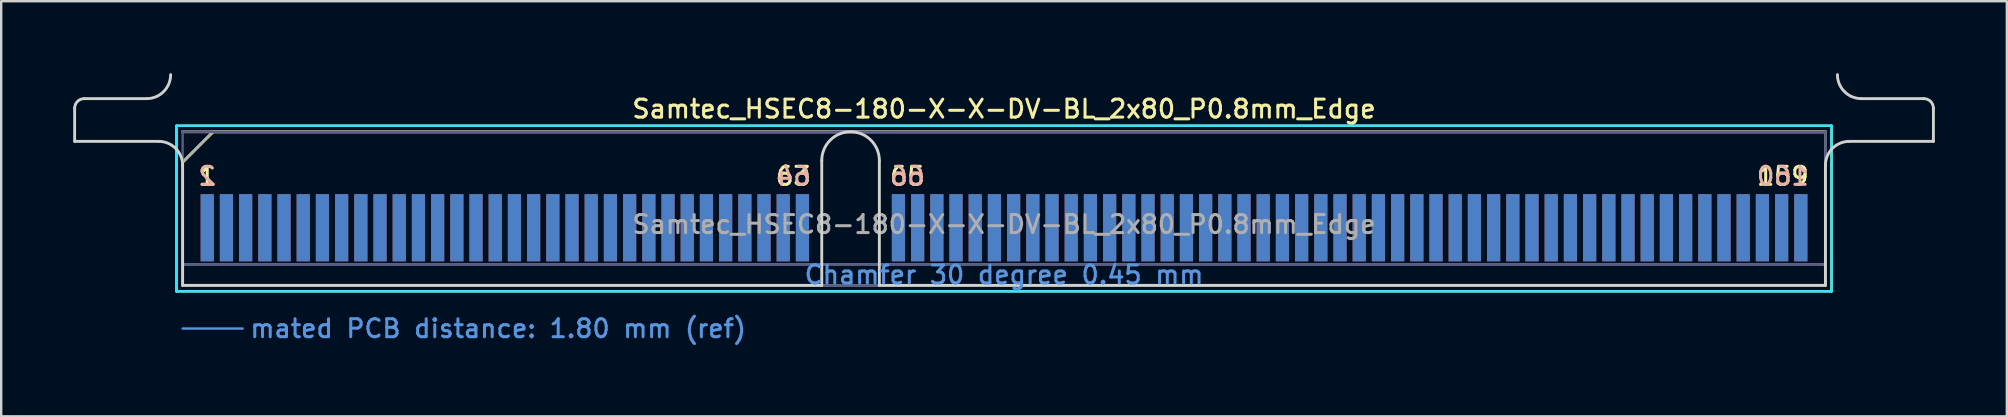
<source format=kicad_pcb>
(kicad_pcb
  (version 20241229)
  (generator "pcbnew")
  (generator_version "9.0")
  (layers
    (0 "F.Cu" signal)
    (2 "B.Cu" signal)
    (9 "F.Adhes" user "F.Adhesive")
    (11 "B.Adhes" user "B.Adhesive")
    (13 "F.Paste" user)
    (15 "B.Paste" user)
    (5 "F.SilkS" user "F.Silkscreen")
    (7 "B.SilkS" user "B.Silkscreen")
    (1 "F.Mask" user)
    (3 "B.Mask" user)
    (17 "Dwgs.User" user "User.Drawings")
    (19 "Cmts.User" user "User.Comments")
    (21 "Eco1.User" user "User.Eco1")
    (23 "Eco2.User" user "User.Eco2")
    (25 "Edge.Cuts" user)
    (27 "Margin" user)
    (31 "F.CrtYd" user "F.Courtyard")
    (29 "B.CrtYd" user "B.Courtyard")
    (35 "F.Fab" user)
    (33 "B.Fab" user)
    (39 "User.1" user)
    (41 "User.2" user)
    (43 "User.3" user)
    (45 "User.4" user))
  (footprint "Samtec_HSEC8-180-X-X-DV-BL_2x80_P0.8mm_Edge"
    (layer "F.Cu")
    (at 38.785 8.84)
    (property "Reference" "Samtec_HSEC8-180-X-X-DV-BL_2x80_P0.8mm_Edge" (at 0 -7.35 0) (layer "F.SilkS") (effects (font (size 0.75 0.75) (thickness 0.125))))
    (attr exclude_from_pos_files exclude_from_bom)
    (fp_line (start -34.48 -6.65) (end -34.48 0.25) (stroke (width 0.1) (type solid)) (layer "F.SilkS"))
    (fp_line (start -34.48 0.25) (end 34.48 0.25) (stroke (width 0.1) (type solid)) (layer "F.SilkS"))
    (fp_line (start -34.225 -5.13) (end -32.955 -6.4) (stroke (width 0.12) (type solid)) (layer "F.SilkS"))
    (fp_line (start -32.955 -6.4) (end 34.225 -6.4) (stroke (width 0.12) (type solid)) (layer "F.SilkS"))
    (fp_line (start 34.48 -6.65) (end -34.48 -6.65) (stroke (width 0.1) (type solid)) (layer "F.SilkS"))
    (fp_line (start 34.48 0.25) (end 34.48 -6.65) (stroke (width 0.1) (type solid)) (layer "F.SilkS"))
    (fp_line (start -34.225 -6.4) (end -34.225 -6.4) (stroke (width 0.12) (type solid)) (layer "B.SilkS"))
    (fp_line (start -34.225 -6.4) (end 34.225 -6.4) (stroke (width 0.12) (type solid)) (layer "B.SilkS"))
    (fp_line (start -34.225 1.8) (end -31.725 1.8) (stroke (width 0.1) (type solid)) (layer "Cmts.User"))
    (fp_line (start -38.725 -6) (end -38.725 -7.38) (stroke (width 0.12) (type solid)) (layer "Edge.Cuts"))
    (fp_line (start -38.325 -7.78) (end -35.725 -7.78) (stroke (width 0.12) (type solid)) (layer "Edge.Cuts"))
    (fp_line (start -35.225 -6) (end -38.725 -6) (stroke (width 0.12) (type solid)) (layer "Edge.Cuts"))
    (fp_line (start -34.225 -5) (end -34.225 0) (stroke (width 0.12) (type solid)) (layer "Edge.Cuts"))
    (fp_line (start -34.225 0) (end -7.595 0) (stroke (width 0.12) (type solid)) (layer "Edge.Cuts"))
    (fp_line (start -7.595 0) (end -7.595 -5.2) (stroke (width 0.12) (type solid)) (layer "Edge.Cuts"))
    (fp_line (start -5.195 -5.2) (end -5.195 0) (stroke (width 0.12) (type solid)) (layer "Edge.Cuts"))
    (fp_line (start -5.195 0) (end 34.225 0) (stroke (width 0.12) (type solid)) (layer "Edge.Cuts"))
    (fp_line (start 34.225 0) (end 34.225 -5) (stroke (width 0.12) (type solid)) (layer "Edge.Cuts"))
    (fp_line (start 35.225 -6) (end 38.725 -6) (stroke (width 0.12) (type solid)) (layer "Edge.Cuts"))
    (fp_line (start 38.325 -7.78) (end 35.725 -7.78) (stroke (width 0.12) (type solid)) (layer "Edge.Cuts"))
    (fp_line (start 38.725 -6) (end 38.725 -7.38) (stroke (width 0.12) (type solid)) (layer "Edge.Cuts"))
    (fp_arc (start -38.725 -7.38) (mid -38.607843 -7.662843) (end -38.325 -7.78) (stroke (width 0.12) (type solid)) (layer "Edge.Cuts"))
    (fp_arc (start -35.225 -6) (mid -34.517893 -5.707107) (end -34.225 -5) (stroke (width 0.12) (type solid)) (layer "Edge.Cuts"))
    (fp_arc (start -34.725 -8.78) (mid -35.017893 -8.072893) (end -35.725 -7.78) (stroke (width 0.12) (type solid)) (layer "Edge.Cuts"))
    (fp_arc (start -7.595 -5.2) (mid -6.395 -6.4) (end -5.195 -5.2) (stroke (width 0.12) (type solid)) (layer "Edge.Cuts"))
    (fp_arc (start 34.225 -5) (mid 34.517893 -5.707107) (end 35.225 -6) (stroke (width 0.12) (type solid)) (layer "Edge.Cuts"))
    (fp_arc (start 35.725 -7.78) (mid 35.017893 -8.072893) (end 34.725 -8.78) (stroke (width 0.12) (type solid)) (layer "Edge.Cuts"))
    (fp_arc (start 38.325 -7.78) (mid 38.607843 -7.662843) (end 38.725 -7.38) (stroke (width 0.12) (type solid)) (layer "Edge.Cuts"))
    (fp_line (start -34.48 -6.65) (end -34.48 0.25) (stroke (width 0.1) (type solid)) (layer "B.CrtYd"))
    (fp_line (start -34.48 0.25) (end 34.48 0.25) (stroke (width 0.1) (type solid)) (layer "B.CrtYd"))
    (fp_line (start 34.48 -6.65) (end -34.48 -6.65) (stroke (width 0.1) (type solid)) (layer "B.CrtYd"))
    (fp_line (start 34.48 0.25) (end 34.48 -6.65) (stroke (width 0.1) (type solid)) (layer "B.CrtYd"))
    (fp_line (start -34.225 -6.4) (end -34.225 -6.4) (stroke (width 0.1) (type solid)) (layer "B.Fab"))
    (fp_line (start -34.225 -6.4) (end -34.225 0) (stroke (width 0.1) (type solid)) (layer "B.Fab"))
    (fp_line (start -34.225 -6.4) (end 34.225 -6.4) (stroke (width 0.1) (type solid)) (layer "B.Fab"))
    (fp_line (start -34.225 -0.88) (end 34.225 -0.88) (stroke (width 0.1) (type solid)) (layer "B.Fab"))
    (fp_line (start -34.225 0) (end 34.225 0) (stroke (width 0.1) (type solid)) (layer "B.Fab"))
    (fp_line (start 34.225 -6.4) (end 34.225 0) (stroke (width 0.1) (type solid)) (layer "B.Fab"))
    (fp_line (start -34.225 -5.13) (end -34.225 0) (stroke (width 0.1) (type solid)) (layer "F.Fab"))
    (fp_line (start -34.225 -5.13) (end -32.955 -6.4) (stroke (width 0.1) (type solid)) (layer "F.Fab"))
    (fp_line (start -34.225 -0.88) (end 34.225 -0.88) (stroke (width 0.1) (type solid)) (layer "F.Fab"))
    (fp_line (start -34.225 0) (end 34.225 0) (stroke (width 0.1) (type solid)) (layer "F.Fab"))
    (fp_line (start -32.955 -6.4) (end 34.225 -6.4) (stroke (width 0.1) (type solid)) (layer "F.Fab"))
    (fp_line (start 34.225 -6.4) (end 34.225 0) (stroke (width 0.1) (type solid)) (layer "F.Fab"))
    (fp_text user "159" (at 32.45 -4.55 0) (layer "F.SilkS") (effects (font (size 0.75 0.75) (thickness 0.125))))
    (fp_text user "65" (at -4.025 -4.55 0) (layer "F.SilkS") (effects (font (size 0.75 0.75) (thickness 0.125))))
    (fp_text user "63" (at -8.775 -4.55 0) (layer "F.SilkS") (effects (font (size 0.75 0.75) (thickness 0.125))))
    (fp_text user "1" (at -33.2 -4.55 0) (layer "F.SilkS") (effects (font (size 0.75 0.75) (thickness 0.125))))
    (fp_text user "66" (at -4.025 -4.55 0) (layer "B.SilkS") (effects (font (size 0.75 0.75) (thickness 0.125)) (justify mirror)))
    (fp_text user "160" (at 32.45 -4.55 0) (layer "B.SilkS") (effects (font (size 0.75 0.75) (thickness 0.125)) (justify mirror)))
    (fp_text user "2" (at -33.2 -4.55 0) (layer "B.SilkS") (effects (font (size 0.75 0.75) (thickness 0.125)) (justify mirror)))
    (fp_text user "64" (at -8.775 -4.55 0) (layer "B.SilkS") (effects (font (size 0.75 0.75) (thickness 0.125)) (justify mirror)))
    (fp_text user "mated PCB distance: 1.80 mm (ref)" (at -31.48 1.8 0) (layer "Cmts.User") (effects (font (size 0.75 0.75) (thickness 0.125)) (justify left)))
    (fp_text user "Chamfer 30 degree 0.45 mm" (at 0 -0.44 0) (layer "Cmts.User") (effects (font (size 0.75 0.75) (thickness 0.125))))
    (fp_text user "${REFERENCE}" (at 0 -2.54 0) (layer "F.Fab") (effects (font (size 0.75 0.75) (thickness 0.125))))
    (pad "1" connect rect (at -33.2 -2.4) (size 0.55 2.8) (layers "F.Cu" "F.Mask"))
    (pad "2" connect rect (at -33.2 -2.4) (size 0.55 2.8) (layers "B.Cu" "B.Mask"))
    (pad "3" connect rect (at -32.4 -2.4) (size 0.55 2.8) (layers "F.Cu" "F.Mask"))
    (pad "4" connect rect (at -32.4 -2.4) (size 0.55 2.8) (layers "B.Cu" "B.Mask"))
    (pad "5" connect rect (at -31.6 -2.4) (size 0.55 2.8) (layers "F.Cu" "F.Mask"))
    (pad "6" connect rect (at -31.6 -2.4) (size 0.55 2.8) (layers "B.Cu" "B.Mask"))
    (pad "7" connect rect (at -30.8 -2.4) (size 0.55 2.8) (layers "F.Cu" "F.Mask"))
    (pad "8" connect rect (at -30.8 -2.4) (size 0.55 2.8) (layers "B.Cu" "B.Mask"))
    (pad "9" connect rect (at -30 -2.4) (size 0.55 2.8) (layers "F.Cu" "F.Mask"))
    (pad "10" connect rect (at -30 -2.4) (size 0.55 2.8) (layers "B.Cu" "B.Mask"))
    (pad "11" connect rect (at -29.2 -2.4) (size 0.55 2.8) (layers "F.Cu" "F.Mask"))
    (pad "12" connect rect (at -29.2 -2.4) (size 0.55 2.8) (layers "B.Cu" "B.Mask"))
    (pad "13" connect rect (at -28.4 -2.4) (size 0.55 2.8) (layers "F.Cu" "F.Mask"))
    (pad "14" connect rect (at -28.4 -2.4) (size 0.55 2.8) (layers "B.Cu" "B.Mask"))
    (pad "15" connect rect (at -27.6 -2.4) (size 0.55 2.8) (layers "F.Cu" "F.Mask"))
    (pad "16" connect rect (at -27.6 -2.4) (size 0.55 2.8) (layers "B.Cu" "B.Mask"))
    (pad "17" connect rect (at -26.8 -2.4) (size 0.55 2.8) (layers "F.Cu" "F.Mask"))
    (pad "18" connect rect (at -26.8 -2.4) (size 0.55 2.8) (layers "B.Cu" "B.Mask"))
    (pad "19" connect rect (at -26 -2.4) (size 0.55 2.8) (layers "F.Cu" "F.Mask"))
    (pad "20" connect rect (at -26 -2.4) (size 0.55 2.8) (layers "B.Cu" "B.Mask"))
    (pad "21" connect rect (at -25.2 -2.4) (size 0.55 2.8) (layers "F.Cu" "F.Mask"))
    (pad "22" connect rect (at -25.2 -2.4) (size 0.55 2.8) (layers "B.Cu" "B.Mask"))
    (pad "23" connect rect (at -24.4 -2.4) (size 0.55 2.8) (layers "F.Cu" "F.Mask"))
    (pad "24" connect rect (at -24.4 -2.4) (size 0.55 2.8) (layers "B.Cu" "B.Mask"))
    (pad "25" connect rect (at -23.6 -2.4) (size 0.55 2.8) (layers "F.Cu" "F.Mask"))
    (pad "26" connect rect (at -23.6 -2.4) (size 0.55 2.8) (layers "B.Cu" "B.Mask"))
    (pad "27" connect rect (at -22.8 -2.4) (size 0.55 2.8) (layers "F.Cu" "F.Mask"))
    (pad "28" connect rect (at -22.8 -2.4) (size 0.55 2.8) (layers "B.Cu" "B.Mask"))
    (pad "29" connect rect (at -22 -2.4) (size 0.55 2.8) (layers "F.Cu" "F.Mask"))
    (pad "30" connect rect (at -22 -2.4) (size 0.55 2.8) (layers "B.Cu" "B.Mask"))
    (pad "31" connect rect (at -21.2 -2.4) (size 0.55 2.8) (layers "F.Cu" "F.Mask"))
    (pad "32" connect rect (at -21.2 -2.4) (size 0.55 2.8) (layers "B.Cu" "B.Mask"))
    (pad "33" connect rect (at -20.4 -2.4) (size 0.55 2.8) (layers "F.Cu" "F.Mask"))
    (pad "34" connect rect (at -20.4 -2.4) (size 0.55 2.8) (layers "B.Cu" "B.Mask"))
    (pad "35" connect rect (at -19.6 -2.4) (size 0.55 2.8) (layers "F.Cu" "F.Mask"))
    (pad "36" connect rect (at -19.6 -2.4) (size 0.55 2.8) (layers "B.Cu" "B.Mask"))
    (pad "37" connect rect (at -18.8 -2.4) (size 0.55 2.8) (layers "F.Cu" "F.Mask"))
    (pad "38" connect rect (at -18.8 -2.4) (size 0.55 2.8) (layers "B.Cu" "B.Mask"))
    (pad "39" connect rect (at -18 -2.4) (size 0.55 2.8) (layers "F.Cu" "F.Mask"))
    (pad "40" connect rect (at -18 -2.4) (size 0.55 2.8) (layers "B.Cu" "B.Mask"))
    (pad "41" connect rect (at -17.2 -2.4) (size 0.55 2.8) (layers "F.Cu" "F.Mask"))
    (pad "42" connect rect (at -17.2 -2.4) (size 0.55 2.8) (layers "B.Cu" "B.Mask"))
    (pad "43" connect rect (at -16.4 -2.4) (size 0.55 2.8) (layers "F.Cu" "F.Mask"))
    (pad "44" connect rect (at -16.4 -2.4) (size 0.55 2.8) (layers "B.Cu" "B.Mask"))
    (pad "45" connect rect (at -15.6 -2.4) (size 0.55 2.8) (layers "F.Cu" "F.Mask"))
    (pad "46" connect rect (at -15.6 -2.4) (size 0.55 2.8) (layers "B.Cu" "B.Mask"))
    (pad "47" connect rect (at -14.8 -2.4) (size 0.55 2.8) (layers "F.Cu" "F.Mask"))
    (pad "48" connect rect (at -14.8 -2.4) (size 0.55 2.8) (layers "B.Cu" "B.Mask"))
    (pad "49" connect rect (at -14 -2.4) (size 0.55 2.8) (layers "F.Cu" "F.Mask"))
    (pad "50" connect rect (at -14 -2.4) (size 0.55 2.8) (layers "B.Cu" "B.Mask"))
    (pad "51" connect rect (at -13.2 -2.4) (size 0.55 2.8) (layers "F.Cu" "F.Mask"))
    (pad "52" connect rect (at -13.2 -2.4) (size 0.55 2.8) (layers "B.Cu" "B.Mask"))
    (pad "53" connect rect (at -12.4 -2.4) (size 0.55 2.8) (layers "F.Cu" "F.Mask"))
    (pad "54" connect rect (at -12.4 -2.4) (size 0.55 2.8) (layers "B.Cu" "B.Mask"))
    (pad "55" connect rect (at -11.6 -2.4) (size 0.55 2.8) (layers "F.Cu" "F.Mask"))
    (pad "56" connect rect (at -11.6 -2.4) (size 0.55 2.8) (layers "B.Cu" "B.Mask"))
    (pad "57" connect rect (at -10.8 -2.4) (size 0.55 2.8) (layers "F.Cu" "F.Mask"))
    (pad "58" connect rect (at -10.8 -2.4) (size 0.55 2.8) (layers "B.Cu" "B.Mask"))
    (pad "59" connect rect (at -10 -2.4) (size 0.55 2.8) (layers "F.Cu" "F.Mask"))
    (pad "60" connect rect (at -10 -2.4) (size 0.55 2.8) (layers "B.Cu" "B.Mask"))
    (pad "61" connect rect (at -9.2 -2.4) (size 0.55 2.8) (layers "F.Cu" "F.Mask"))
    (pad "62" connect rect (at -9.2 -2.4) (size 0.55 2.8) (layers "B.Cu" "B.Mask"))
    (pad "63" connect rect (at -8.4 -2.4) (size 0.55 2.8) (layers "F.Cu" "F.Mask"))
    (pad "64" connect rect (at -8.4 -2.4) (size 0.55 2.8) (layers "B.Cu" "B.Mask"))
    (pad "65" connect rect (at -4.4 -2.4) (size 0.55 2.8) (layers "F.Cu" "F.Mask"))
    (pad "66" connect rect (at -4.4 -2.4) (size 0.55 2.8) (layers "B.Cu" "B.Mask"))
    (pad "67" connect rect (at -3.6 -2.4) (size 0.55 2.8) (layers "F.Cu" "F.Mask"))
    (pad "68" connect rect (at -3.6 -2.4) (size 0.55 2.8) (layers "B.Cu" "B.Mask"))
    (pad "69" connect rect (at -2.8 -2.4) (size 0.55 2.8) (layers "F.Cu" "F.Mask"))
    (pad "70" connect rect (at -2.8 -2.4) (size 0.55 2.8) (layers "B.Cu" "B.Mask"))
    (pad "71" connect rect (at -2 -2.4) (size 0.55 2.8) (layers "F.Cu" "F.Mask"))
    (pad "72" connect rect (at -2 -2.4) (size 0.55 2.8) (layers "B.Cu" "B.Mask"))
    (pad "73" connect rect (at -1.2 -2.4) (size 0.55 2.8) (layers "F.Cu" "F.Mask"))
    (pad "74" connect rect (at -1.2 -2.4) (size 0.55 2.8) (layers "B.Cu" "B.Mask"))
    (pad "75" connect rect (at -0.4 -2.4) (size 0.55 2.8) (layers "F.Cu" "F.Mask"))
    (pad "76" connect rect (at -0.4 -2.4) (size 0.55 2.8) (layers "B.Cu" "B.Mask"))
    (pad "77" connect rect (at 0.4 -2.4) (size 0.55 2.8) (layers "F.Cu" "F.Mask"))
    (pad "78" connect rect (at 0.4 -2.4) (size 0.55 2.8) (layers "B.Cu" "B.Mask"))
    (pad "79" connect rect (at 1.2 -2.4) (size 0.55 2.8) (layers "F.Cu" "F.Mask"))
    (pad "80" connect rect (at 1.2 -2.4) (size 0.55 2.8) (layers "B.Cu" "B.Mask"))
    (pad "81" connect rect (at 2 -2.4) (size 0.55 2.8) (layers "F.Cu" "F.Mask"))
    (pad "82" connect rect (at 2 -2.4) (size 0.55 2.8) (layers "B.Cu" "B.Mask"))
    (pad "83" connect rect (at 2.8 -2.4) (size 0.55 2.8) (layers "F.Cu" "F.Mask"))
    (pad "84" connect rect (at 2.8 -2.4) (size 0.55 2.8) (layers "B.Cu" "B.Mask"))
    (pad "85" connect rect (at 3.6 -2.4) (size 0.55 2.8) (layers "F.Cu" "F.Mask"))
    (pad "86" connect rect (at 3.6 -2.4) (size 0.55 2.8) (layers "B.Cu" "B.Mask"))
    (pad "87" connect rect (at 4.4 -2.4) (size 0.55 2.8) (layers "F.Cu" "F.Mask"))
    (pad "88" connect rect (at 4.4 -2.4) (size 0.55 2.8) (layers "B.Cu" "B.Mask"))
    (pad "89" connect rect (at 5.2 -2.4) (size 0.55 2.8) (layers "F.Cu" "F.Mask"))
    (pad "90" connect rect (at 5.2 -2.4) (size 0.55 2.8) (layers "B.Cu" "B.Mask"))
    (pad "91" connect rect (at 6 -2.4) (size 0.55 2.8) (layers "F.Cu" "F.Mask"))
    (pad "92" connect rect (at 6 -2.4) (size 0.55 2.8) (layers "B.Cu" "B.Mask"))
    (pad "93" connect rect (at 6.8 -2.4) (size 0.55 2.8) (layers "F.Cu" "F.Mask"))
    (pad "94" connect rect (at 6.8 -2.4) (size 0.55 2.8) (layers "B.Cu" "B.Mask"))
    (pad "95" connect rect (at 7.6 -2.4) (size 0.55 2.8) (layers "F.Cu" "F.Mask"))
    (pad "96" connect rect (at 7.6 -2.4) (size 0.55 2.8) (layers "B.Cu" "B.Mask"))
    (pad "97" connect rect (at 8.4 -2.4) (size 0.55 2.8) (layers "F.Cu" "F.Mask"))
    (pad "98" connect rect (at 8.4 -2.4) (size 0.55 2.8) (layers "B.Cu" "B.Mask"))
    (pad "99" connect rect (at 9.2 -2.4) (size 0.55 2.8) (layers "F.Cu" "F.Mask"))
    (pad "100" connect rect (at 9.2 -2.4) (size 0.55 2.8) (layers "B.Cu" "B.Mask"))
    (pad "101" connect rect (at 10 -2.4) (size 0.55 2.8) (layers "F.Cu" "F.Mask"))
    (pad "102" connect rect (at 10 -2.4) (size 0.55 2.8) (layers "B.Cu" "B.Mask"))
    (pad "103" connect rect (at 10.8 -2.4) (size 0.55 2.8) (layers "F.Cu" "F.Mask"))
    (pad "104" connect rect (at 10.8 -2.4) (size 0.55 2.8) (layers "B.Cu" "B.Mask"))
    (pad "105" connect rect (at 11.6 -2.4) (size 0.55 2.8) (layers "F.Cu" "F.Mask"))
    (pad "106" connect rect (at 11.6 -2.4) (size 0.55 2.8) (layers "B.Cu" "B.Mask"))
    (pad "107" connect rect (at 12.4 -2.4) (size 0.55 2.8) (layers "F.Cu" "F.Mask"))
    (pad "108" connect rect (at 12.4 -2.4) (size 0.55 2.8) (layers "B.Cu" "B.Mask"))
    (pad "109" connect rect (at 13.2 -2.4) (size 0.55 2.8) (layers "F.Cu" "F.Mask"))
    (pad "110" connect rect (at 13.2 -2.4) (size 0.55 2.8) (layers "B.Cu" "B.Mask"))
    (pad "111" connect rect (at 14 -2.4) (size 0.55 2.8) (layers "F.Cu" "F.Mask"))
    (pad "112" connect rect (at 14 -2.4) (size 0.55 2.8) (layers "B.Cu" "B.Mask"))
    (pad "113" connect rect (at 14.8 -2.4) (size 0.55 2.8) (layers "F.Cu" "F.Mask"))
    (pad "114" connect rect (at 14.8 -2.4) (size 0.55 2.8) (layers "B.Cu" "B.Mask"))
    (pad "115" connect rect (at 15.6 -2.4) (size 0.55 2.8) (layers "F.Cu" "F.Mask"))
    (pad "116" connect rect (at 15.6 -2.4) (size 0.55 2.8) (layers "B.Cu" "B.Mask"))
    (pad "117" connect rect (at 16.4 -2.4) (size 0.55 2.8) (layers "F.Cu" "F.Mask"))
    (pad "118" connect rect (at 16.4 -2.4) (size 0.55 2.8) (layers "B.Cu" "B.Mask"))
    (pad "119" connect rect (at 17.2 -2.4) (size 0.55 2.8) (layers "F.Cu" "F.Mask"))
    (pad "120" connect rect (at 17.2 -2.4) (size 0.55 2.8) (layers "B.Cu" "B.Mask"))
    (pad "121" connect rect (at 18 -2.4) (size 0.55 2.8) (layers "F.Cu" "F.Mask"))
    (pad "122" connect rect (at 18 -2.4) (size 0.55 2.8) (layers "B.Cu" "B.Mask"))
    (pad "123" connect rect (at 18.8 -2.4) (size 0.55 2.8) (layers "F.Cu" "F.Mask"))
    (pad "124" connect rect (at 18.8 -2.4) (size 0.55 2.8) (layers "B.Cu" "B.Mask"))
    (pad "125" connect rect (at 19.6 -2.4) (size 0.55 2.8) (layers "F.Cu" "F.Mask"))
    (pad "126" connect rect (at 19.6 -2.4) (size 0.55 2.8) (layers "B.Cu" "B.Mask"))
    (pad "127" connect rect (at 20.4 -2.4) (size 0.55 2.8) (layers "F.Cu" "F.Mask"))
    (pad "128" connect rect (at 20.4 -2.4) (size 0.55 2.8) (layers "B.Cu" "B.Mask"))
    (pad "129" connect rect (at 21.2 -2.4) (size 0.55 2.8) (layers "F.Cu" "F.Mask"))
    (pad "130" connect rect (at 21.2 -2.4) (size 0.55 2.8) (layers "B.Cu" "B.Mask"))
    (pad "131" connect rect (at 22 -2.4) (size 0.55 2.8) (layers "F.Cu" "F.Mask"))
    (pad "132" connect rect (at 22 -2.4) (size 0.55 2.8) (layers "B.Cu" "B.Mask"))
    (pad "133" connect rect (at 22.8 -2.4) (size 0.55 2.8) (layers "F.Cu" "F.Mask"))
    (pad "134" connect rect (at 22.8 -2.4) (size 0.55 2.8) (layers "B.Cu" "B.Mask"))
    (pad "135" connect rect (at 23.6 -2.4) (size 0.55 2.8) (layers "F.Cu" "F.Mask"))
    (pad "136" connect rect (at 23.6 -2.4) (size 0.55 2.8) (layers "B.Cu" "B.Mask"))
    (pad "137" connect rect (at 24.4 -2.4) (size 0.55 2.8) (layers "F.Cu" "F.Mask"))
    (pad "138" connect rect (at 24.4 -2.4) (size 0.55 2.8) (layers "B.Cu" "B.Mask"))
    (pad "139" connect rect (at 25.2 -2.4) (size 0.55 2.8) (layers "F.Cu" "F.Mask"))
    (pad "140" connect rect (at 25.2 -2.4) (size 0.55 2.8) (layers "B.Cu" "B.Mask"))
    (pad "141" connect rect (at 26 -2.4) (size 0.55 2.8) (layers "F.Cu" "F.Mask"))
    (pad "142" connect rect (at 26 -2.4) (size 0.55 2.8) (layers "B.Cu" "B.Mask"))
    (pad "143" connect rect (at 26.8 -2.4) (size 0.55 2.8) (layers "F.Cu" "F.Mask"))
    (pad "144" connect rect (at 26.8 -2.4) (size 0.55 2.8) (layers "B.Cu" "B.Mask"))
    (pad "145" connect rect (at 27.6 -2.4) (size 0.55 2.8) (layers "F.Cu" "F.Mask"))
    (pad "146" connect rect (at 27.6 -2.4) (size 0.55 2.8) (layers "B.Cu" "B.Mask"))
    (pad "147" connect rect (at 28.4 -2.4) (size 0.55 2.8) (layers "F.Cu" "F.Mask"))
    (pad "148" connect rect (at 28.4 -2.4) (size 0.55 2.8) (layers "B.Cu" "B.Mask"))
    (pad "149" connect rect (at 29.2 -2.4) (size 0.55 2.8) (layers "F.Cu" "F.Mask"))
    (pad "150" connect rect (at 29.2 -2.4) (size 0.55 2.8) (layers "B.Cu" "B.Mask"))
    (pad "151" connect rect (at 30 -2.4) (size 0.55 2.8) (layers "F.Cu" "F.Mask"))
    (pad "152" connect rect (at 30 -2.4) (size 0.55 2.8) (layers "B.Cu" "B.Mask"))
    (pad "153" connect rect (at 30.8 -2.4) (size 0.55 2.8) (layers "F.Cu" "F.Mask"))
    (pad "154" connect rect (at 30.8 -2.4) (size 0.55 2.8) (layers "B.Cu" "B.Mask"))
    (pad "155" connect rect (at 31.6 -2.4) (size 0.55 2.8) (layers "F.Cu" "F.Mask"))
    (pad "156" connect rect (at 31.6 -2.4) (size 0.55 2.8) (layers "B.Cu" "B.Mask"))
    (pad "157" connect rect (at 32.4 -2.4) (size 0.55 2.8) (layers "F.Cu" "F.Mask"))
    (pad "158" connect rect (at 32.4 -2.4) (size 0.55 2.8) (layers "B.Cu" "B.Mask"))
    (pad "159" connect rect (at 33.2 -2.4) (size 0.55 2.8) (layers "F.Cu" "F.Mask"))
    (pad "160" connect rect (at 33.2 -2.4) (size 0.55 2.8) (layers "B.Cu" "B.Mask")))
  (gr_rect
    (start -3 -3)
    (end 80.57 14.298)
    (stroke (width 0.1) (type default))
    (fill no)
    (layer "Edge.Cuts")))
</source>
